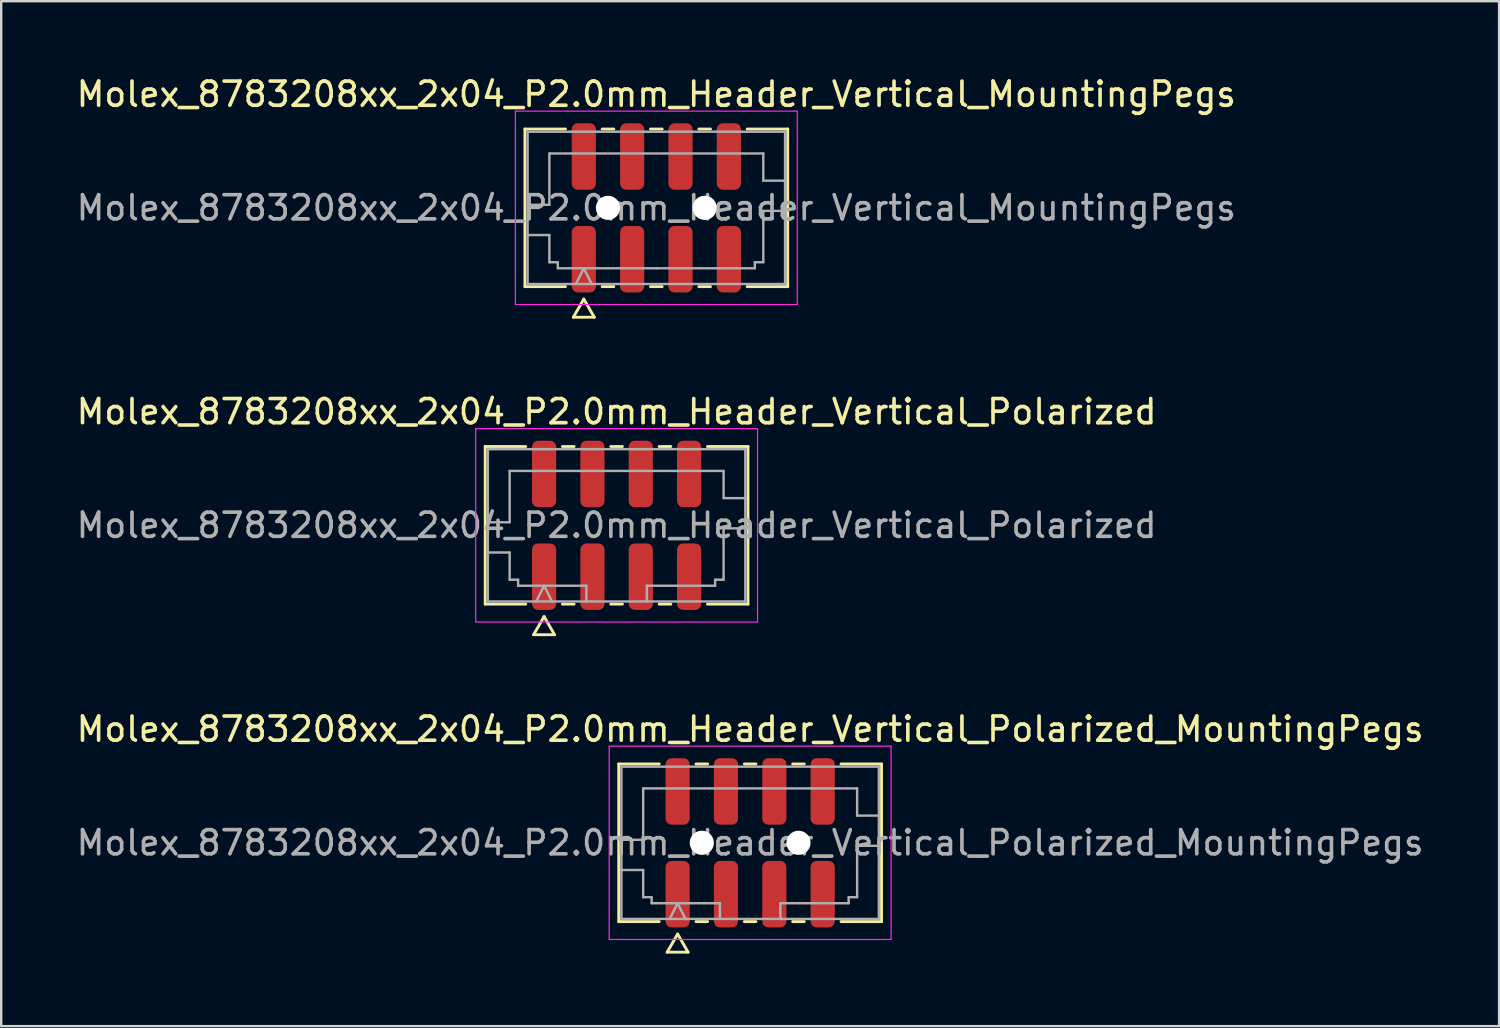
<source format=kicad_pcb>
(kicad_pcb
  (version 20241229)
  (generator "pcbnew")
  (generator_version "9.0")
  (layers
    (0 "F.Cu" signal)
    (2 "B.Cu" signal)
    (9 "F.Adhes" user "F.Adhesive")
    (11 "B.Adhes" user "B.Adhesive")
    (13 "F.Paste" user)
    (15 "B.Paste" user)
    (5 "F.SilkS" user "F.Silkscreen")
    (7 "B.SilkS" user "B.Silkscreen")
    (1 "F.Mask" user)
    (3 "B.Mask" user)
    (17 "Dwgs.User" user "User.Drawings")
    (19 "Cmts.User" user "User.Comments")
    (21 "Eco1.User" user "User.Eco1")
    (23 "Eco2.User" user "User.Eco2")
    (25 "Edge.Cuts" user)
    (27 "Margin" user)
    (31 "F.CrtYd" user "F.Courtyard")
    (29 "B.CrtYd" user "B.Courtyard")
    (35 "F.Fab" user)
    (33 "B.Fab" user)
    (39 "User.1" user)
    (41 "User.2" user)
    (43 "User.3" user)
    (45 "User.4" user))
  (footprint "Molex_8783208xx_2x04_P2.0mm_Header_Vertical_Polarized_MountingPegs"
    (layer "F.Cu")
    (at 27.982 31.815)
    (property "Reference" "Molex_8783208xx_2x04_P2.0mm_Header_Vertical_Polarized_MountingPegs" (at 0 -4.7 0) (layer "F.SilkS") (effects (font (size 1 1) (thickness 0.15))))
    (attr smd)
    (fp_line (start -5.435 -3.26) (end -3.76 -3.26) (stroke (width 0.12) (type solid)) (layer "F.SilkS"))
    (fp_line (start -5.435 3.26) (end -5.435 -3.26) (stroke (width 0.12) (type solid)) (layer "F.SilkS"))
    (fp_line (start -3.76 3.26) (end -5.435 3.26) (stroke (width 0.12) (type solid)) (layer "F.SilkS"))
    (fp_line (start -3.433 4.525) (end -3 3.775) (stroke (width 0.12) (type solid)) (layer "F.SilkS"))
    (fp_line (start -3 3.775) (end -2.567 4.525) (stroke (width 0.12) (type solid)) (layer "F.SilkS"))
    (fp_line (start -2.567 4.525) (end -3.433 4.525) (stroke (width 0.12) (type solid)) (layer "F.SilkS"))
    (fp_line (start -2.24 -3.26) (end -1.76 -3.26) (stroke (width 0.12) (type solid)) (layer "F.SilkS"))
    (fp_line (start -1.76 3.26) (end -2.24 3.26) (stroke (width 0.12) (type solid)) (layer "F.SilkS"))
    (fp_line (start -0.24 -3.26) (end 0.24 -3.26) (stroke (width 0.12) (type solid)) (layer "F.SilkS"))
    (fp_line (start 0.24 3.26) (end -0.24 3.26) (stroke (width 0.12) (type solid)) (layer "F.SilkS"))
    (fp_line (start 1.76 -3.26) (end 2.24 -3.26) (stroke (width 0.12) (type solid)) (layer "F.SilkS"))
    (fp_line (start 2.24 3.26) (end 1.76 3.26) (stroke (width 0.12) (type solid)) (layer "F.SilkS"))
    (fp_line (start 3.76 -3.26) (end 5.435 -3.26) (stroke (width 0.12) (type solid)) (layer "F.SilkS"))
    (fp_line (start 5.435 -3.26) (end 5.435 3.26) (stroke (width 0.12) (type solid)) (layer "F.SilkS"))
    (fp_line (start 5.435 3.26) (end 3.76 3.26) (stroke (width 0.12) (type solid)) (layer "F.SilkS"))
    (fp_line (start -5.83 -4) (end -5.83 4) (stroke (width 0.05) (type solid)) (layer "F.CrtYd"))
    (fp_line (start -5.83 4) (end 5.83 4) (stroke (width 0.05) (type solid)) (layer "F.CrtYd"))
    (fp_line (start 5.83 -4) (end -5.83 -4) (stroke (width 0.05) (type solid)) (layer "F.CrtYd"))
    (fp_line (start 5.83 4) (end 5.83 -4) (stroke (width 0.05) (type solid)) (layer "F.CrtYd"))
    (fp_line (start -5.325 -3.15) (end 5.325 -3.15) (stroke (width 0.1) (type solid)) (layer "F.Fab"))
    (fp_line (start -5.325 -0.125) (end -4.425 -0.125) (stroke (width 0.1) (type solid)) (layer "F.Fab"))
    (fp_line (start -5.325 1.125) (end -4.425 1.125) (stroke (width 0.1) (type solid)) (layer "F.Fab"))
    (fp_line (start -5.325 3.15) (end -5.325 -3.15) (stroke (width 0.1) (type solid)) (layer "F.Fab"))
    (fp_line (start -4.425 -2.25) (end 4.425 -2.25) (stroke (width 0.1) (type solid)) (layer "F.Fab"))
    (fp_line (start -4.425 -0.125) (end -4.425 -2.25) (stroke (width 0.1) (type solid)) (layer "F.Fab"))
    (fp_line (start -4.425 1.125) (end -4.425 2.25) (stroke (width 0.1) (type solid)) (layer "F.Fab"))
    (fp_line (start -4.425 2.25) (end -4.075 2.25) (stroke (width 0.1) (type solid)) (layer "F.Fab"))
    (fp_line (start -4.075 2.25) (end -4.075 2.5) (stroke (width 0.1) (type solid)) (layer "F.Fab"))
    (fp_line (start -4.075 2.5) (end -1.25 2.5) (stroke (width 0.1) (type solid)) (layer "F.Fab"))
    (fp_line (start -3.325 3.15) (end -3 2.5) (stroke (width 0.1) (type solid)) (layer "F.Fab"))
    (fp_line (start -3 2.5) (end -2.675 3.15) (stroke (width 0.1) (type solid)) (layer "F.Fab"))
    (fp_line (start -1.25 2.5) (end -1.25 3.15) (stroke (width 0.1) (type solid)) (layer "F.Fab"))
    (fp_line (start 1.25 2.5) (end 1.25 3.15) (stroke (width 0.1) (type solid)) (layer "F.Fab"))
    (fp_line (start 1.25 2.5) (end 4.075 2.5) (stroke (width 0.1) (type solid)) (layer "F.Fab"))
    (fp_line (start 4.075 2.25) (end 4.425 2.25) (stroke (width 0.1) (type solid)) (layer "F.Fab"))
    (fp_line (start 4.075 2.5) (end 4.075 2.25) (stroke (width 0.1) (type solid)) (layer "F.Fab"))
    (fp_line (start 4.425 -2.25) (end 4.425 -1.125) (stroke (width 0.1) (type solid)) (layer "F.Fab"))
    (fp_line (start 4.425 -1.125) (end 5.325 -1.125) (stroke (width 0.1) (type solid)) (layer "F.Fab"))
    (fp_line (start 4.425 0.125) (end 5.325 0.125) (stroke (width 0.1) (type solid)) (layer "F.Fab"))
    (fp_line (start 4.425 2.25) (end 4.425 0.125) (stroke (width 0.1) (type solid)) (layer "F.Fab"))
    (fp_line (start 5.325 -3.15) (end 5.325 3.15) (stroke (width 0.1) (type solid)) (layer "F.Fab"))
    (fp_line (start 5.325 3.15) (end -5.325 3.15) (stroke (width 0.1) (type solid)) (layer "F.Fab"))
    (fp_text user "${REFERENCE}" (at 0 0 0) (layer "F.Fab") (effects (font (size 1 1) (thickness 0.15))))
    (pad "" np_thru_hole circle (at -2 0) (size 1 1) (drill 1) (layers "*.Cu" "*.Mask"))
    (pad "" np_thru_hole circle (at 2 0) (size 1 1) (drill 1) (layers "*.Cu" "*.Mask"))
    (pad "1" smd roundrect (at -3 2.125) (size 1 2.75) (layers "F.Cu" "F.Mask" "F.Paste") (roundrect_rratio 0.25))
    (pad "2" smd roundrect (at -3 -2.125) (size 1 2.75) (layers "F.Cu" "F.Mask" "F.Paste") (roundrect_rratio 0.25))
    (pad "3" smd roundrect (at -1 2.125) (size 1 2.75) (layers "F.Cu" "F.Mask" "F.Paste") (roundrect_rratio 0.25))
    (pad "4" smd roundrect (at -1 -2.125) (size 1 2.75) (layers "F.Cu" "F.Mask" "F.Paste") (roundrect_rratio 0.25))
    (pad "5" smd roundrect (at 1 2.125) (size 1 2.75) (layers "F.Cu" "F.Mask" "F.Paste") (roundrect_rratio 0.25))
    (pad "6" smd roundrect (at 1 -2.125) (size 1 2.75) (layers "F.Cu" "F.Mask" "F.Paste") (roundrect_rratio 0.25))
    (pad "7" smd roundrect (at 3 2.125) (size 1 2.75) (layers "F.Cu" "F.Mask" "F.Paste") (roundrect_rratio 0.25))
    (pad "8" smd roundrect (at 3 -2.125) (size 1 2.75) (layers "F.Cu" "F.Mask" "F.Paste") (roundrect_rratio 0.25)))
  (footprint "Molex_8783208xx_2x04_P2.0mm_Header_Vertical_Polarized"
    (layer "F.Cu")
    (at 22.458 18.681)
    (property "Reference" "Molex_8783208xx_2x04_P2.0mm_Header_Vertical_Polarized" (at 0 -4.7 0) (layer "F.SilkS") (effects (font (size 1 1) (thickness 0.15))))
    (attr smd)
    (fp_line (start -5.435 -3.26) (end -3.76 -3.26) (stroke (width 0.12) (type solid)) (layer "F.SilkS"))
    (fp_line (start -5.435 3.26) (end -5.435 -3.26) (stroke (width 0.12) (type solid)) (layer "F.SilkS"))
    (fp_line (start -3.76 3.26) (end -5.435 3.26) (stroke (width 0.12) (type solid)) (layer "F.SilkS"))
    (fp_line (start -3.433 4.525) (end -3 3.775) (stroke (width 0.12) (type solid)) (layer "F.SilkS"))
    (fp_line (start -3 3.775) (end -2.567 4.525) (stroke (width 0.12) (type solid)) (layer "F.SilkS"))
    (fp_line (start -2.567 4.525) (end -3.433 4.525) (stroke (width 0.12) (type solid)) (layer "F.SilkS"))
    (fp_line (start -2.24 -3.26) (end -1.76 -3.26) (stroke (width 0.12) (type solid)) (layer "F.SilkS"))
    (fp_line (start -1.76 3.26) (end -2.24 3.26) (stroke (width 0.12) (type solid)) (layer "F.SilkS"))
    (fp_line (start -0.24 -3.26) (end 0.24 -3.26) (stroke (width 0.12) (type solid)) (layer "F.SilkS"))
    (fp_line (start 0.24 3.26) (end -0.24 3.26) (stroke (width 0.12) (type solid)) (layer "F.SilkS"))
    (fp_line (start 1.76 -3.26) (end 2.24 -3.26) (stroke (width 0.12) (type solid)) (layer "F.SilkS"))
    (fp_line (start 2.24 3.26) (end 1.76 3.26) (stroke (width 0.12) (type solid)) (layer "F.SilkS"))
    (fp_line (start 3.76 -3.26) (end 5.435 -3.26) (stroke (width 0.12) (type solid)) (layer "F.SilkS"))
    (fp_line (start 5.435 -3.26) (end 5.435 3.26) (stroke (width 0.12) (type solid)) (layer "F.SilkS"))
    (fp_line (start 5.435 3.26) (end 3.76 3.26) (stroke (width 0.12) (type solid)) (layer "F.SilkS"))
    (fp_line (start -5.83 -4) (end -5.83 4) (stroke (width 0.05) (type solid)) (layer "F.CrtYd"))
    (fp_line (start -5.83 4) (end 5.83 4) (stroke (width 0.05) (type solid)) (layer "F.CrtYd"))
    (fp_line (start 5.83 -4) (end -5.83 -4) (stroke (width 0.05) (type solid)) (layer "F.CrtYd"))
    (fp_line (start 5.83 4) (end 5.83 -4) (stroke (width 0.05) (type solid)) (layer "F.CrtYd"))
    (fp_line (start -5.325 -3.15) (end 5.325 -3.15) (stroke (width 0.1) (type solid)) (layer "F.Fab"))
    (fp_line (start -5.325 -0.125) (end -4.425 -0.125) (stroke (width 0.1) (type solid)) (layer "F.Fab"))
    (fp_line (start -5.325 1.125) (end -4.425 1.125) (stroke (width 0.1) (type solid)) (layer "F.Fab"))
    (fp_line (start -5.325 3.15) (end -5.325 -3.15) (stroke (width 0.1) (type solid)) (layer "F.Fab"))
    (fp_line (start -4.425 -2.25) (end 4.425 -2.25) (stroke (width 0.1) (type solid)) (layer "F.Fab"))
    (fp_line (start -4.425 -0.125) (end -4.425 -2.25) (stroke (width 0.1) (type solid)) (layer "F.Fab"))
    (fp_line (start -4.425 1.125) (end -4.425 2.25) (stroke (width 0.1) (type solid)) (layer "F.Fab"))
    (fp_line (start -4.425 2.25) (end -4.075 2.25) (stroke (width 0.1) (type solid)) (layer "F.Fab"))
    (fp_line (start -4.075 2.25) (end -4.075 2.5) (stroke (width 0.1) (type solid)) (layer "F.Fab"))
    (fp_line (start -4.075 2.5) (end -1.25 2.5) (stroke (width 0.1) (type solid)) (layer "F.Fab"))
    (fp_line (start -3.325 3.15) (end -3 2.5) (stroke (width 0.1) (type solid)) (layer "F.Fab"))
    (fp_line (start -3 2.5) (end -2.675 3.15) (stroke (width 0.1) (type solid)) (layer "F.Fab"))
    (fp_line (start -1.25 2.5) (end -1.25 3.15) (stroke (width 0.1) (type solid)) (layer "F.Fab"))
    (fp_line (start 1.25 2.5) (end 1.25 3.15) (stroke (width 0.1) (type solid)) (layer "F.Fab"))
    (fp_line (start 1.25 2.5) (end 4.075 2.5) (stroke (width 0.1) (type solid)) (layer "F.Fab"))
    (fp_line (start 4.075 2.25) (end 4.425 2.25) (stroke (width 0.1) (type solid)) (layer "F.Fab"))
    (fp_line (start 4.075 2.5) (end 4.075 2.25) (stroke (width 0.1) (type solid)) (layer "F.Fab"))
    (fp_line (start 4.425 -2.25) (end 4.425 -1.125) (stroke (width 0.1) (type solid)) (layer "F.Fab"))
    (fp_line (start 4.425 -1.125) (end 5.325 -1.125) (stroke (width 0.1) (type solid)) (layer "F.Fab"))
    (fp_line (start 4.425 0.125) (end 5.325 0.125) (stroke (width 0.1) (type solid)) (layer "F.Fab"))
    (fp_line (start 4.425 2.25) (end 4.425 0.125) (stroke (width 0.1) (type solid)) (layer "F.Fab"))
    (fp_line (start 5.325 -3.15) (end 5.325 3.15) (stroke (width 0.1) (type solid)) (layer "F.Fab"))
    (fp_line (start 5.325 3.15) (end -5.325 3.15) (stroke (width 0.1) (type solid)) (layer "F.Fab"))
    (fp_text user "${REFERENCE}" (at 0 0 0) (layer "F.Fab") (effects (font (size 1 1) (thickness 0.15))))
    (pad "1" smd roundrect (at -3 2.125) (size 1 2.75) (layers "F.Cu" "F.Mask" "F.Paste") (roundrect_rratio 0.25))
    (pad "2" smd roundrect (at -3 -2.125) (size 1 2.75) (layers "F.Cu" "F.Mask" "F.Paste") (roundrect_rratio 0.25))
    (pad "3" smd roundrect (at -1 2.125) (size 1 2.75) (layers "F.Cu" "F.Mask" "F.Paste") (roundrect_rratio 0.25))
    (pad "4" smd roundrect (at -1 -2.125) (size 1 2.75) (layers "F.Cu" "F.Mask" "F.Paste") (roundrect_rratio 0.25))
    (pad "5" smd roundrect (at 1 2.125) (size 1 2.75) (layers "F.Cu" "F.Mask" "F.Paste") (roundrect_rratio 0.25))
    (pad "6" smd roundrect (at 1 -2.125) (size 1 2.75) (layers "F.Cu" "F.Mask" "F.Paste") (roundrect_rratio 0.25))
    (pad "7" smd roundrect (at 3 2.125) (size 1 2.75) (layers "F.Cu" "F.Mask" "F.Paste") (roundrect_rratio 0.25))
    (pad "8" smd roundrect (at 3 -2.125) (size 1 2.75) (layers "F.Cu" "F.Mask" "F.Paste") (roundrect_rratio 0.25)))
  (footprint "Molex_8783208xx_2x04_P2.0mm_Header_Vertical_MountingPegs"
    (layer "F.Cu")
    (at 24.101 5.548)
    (property "Reference" "Molex_8783208xx_2x04_P2.0mm_Header_Vertical_MountingPegs" (at 0 -4.7 0) (layer "F.SilkS") (effects (font (size 1 1) (thickness 0.15))))
    (attr smd)
    (fp_line (start -5.435 -3.26) (end -3.76 -3.26) (stroke (width 0.12) (type solid)) (layer "F.SilkS"))
    (fp_line (start -5.435 3.26) (end -5.435 -3.26) (stroke (width 0.12) (type solid)) (layer "F.SilkS"))
    (fp_line (start -3.76 3.26) (end -5.435 3.26) (stroke (width 0.12) (type solid)) (layer "F.SilkS"))
    (fp_line (start -3.433 4.525) (end -3 3.775) (stroke (width 0.12) (type solid)) (layer "F.SilkS"))
    (fp_line (start -3 3.775) (end -2.567 4.525) (stroke (width 0.12) (type solid)) (layer "F.SilkS"))
    (fp_line (start -2.567 4.525) (end -3.433 4.525) (stroke (width 0.12) (type solid)) (layer "F.SilkS"))
    (fp_line (start -2.24 -3.26) (end -1.76 -3.26) (stroke (width 0.12) (type solid)) (layer "F.SilkS"))
    (fp_line (start -1.76 3.26) (end -2.24 3.26) (stroke (width 0.12) (type solid)) (layer "F.SilkS"))
    (fp_line (start -0.24 -3.26) (end 0.24 -3.26) (stroke (width 0.12) (type solid)) (layer "F.SilkS"))
    (fp_line (start 0.24 3.26) (end -0.24 3.26) (stroke (width 0.12) (type solid)) (layer "F.SilkS"))
    (fp_line (start 1.76 -3.26) (end 2.24 -3.26) (stroke (width 0.12) (type solid)) (layer "F.SilkS"))
    (fp_line (start 2.24 3.26) (end 1.76 3.26) (stroke (width 0.12) (type solid)) (layer "F.SilkS"))
    (fp_line (start 3.76 -3.26) (end 5.435 -3.26) (stroke (width 0.12) (type solid)) (layer "F.SilkS"))
    (fp_line (start 5.435 -3.26) (end 5.435 3.26) (stroke (width 0.12) (type solid)) (layer "F.SilkS"))
    (fp_line (start 5.435 3.26) (end 3.76 3.26) (stroke (width 0.12) (type solid)) (layer "F.SilkS"))
    (fp_line (start -5.83 -4) (end -5.83 4) (stroke (width 0.05) (type solid)) (layer "F.CrtYd"))
    (fp_line (start -5.83 4) (end 5.83 4) (stroke (width 0.05) (type solid)) (layer "F.CrtYd"))
    (fp_line (start 5.83 -4) (end -5.83 -4) (stroke (width 0.05) (type solid)) (layer "F.CrtYd"))
    (fp_line (start 5.83 4) (end 5.83 -4) (stroke (width 0.05) (type solid)) (layer "F.CrtYd"))
    (fp_line (start -5.325 -3.15) (end 5.325 -3.15) (stroke (width 0.1) (type solid)) (layer "F.Fab"))
    (fp_line (start -5.325 -0.125) (end -4.425 -0.125) (stroke (width 0.1) (type solid)) (layer "F.Fab"))
    (fp_line (start -5.325 1.125) (end -4.425 1.125) (stroke (width 0.1) (type solid)) (layer "F.Fab"))
    (fp_line (start -5.325 3.15) (end -5.325 -3.15) (stroke (width 0.1) (type solid)) (layer "F.Fab"))
    (fp_line (start -4.425 -2.25) (end 4.425 -2.25) (stroke (width 0.1) (type solid)) (layer "F.Fab"))
    (fp_line (start -4.425 -0.125) (end -4.425 -2.25) (stroke (width 0.1) (type solid)) (layer "F.Fab"))
    (fp_line (start -4.425 1.125) (end -4.425 2.25) (stroke (width 0.1) (type solid)) (layer "F.Fab"))
    (fp_line (start -4.425 2.25) (end -4.075 2.25) (stroke (width 0.1) (type solid)) (layer "F.Fab"))
    (fp_line (start -4.075 2.25) (end -4.075 2.5) (stroke (width 0.1) (type solid)) (layer "F.Fab"))
    (fp_line (start -4.075 2.5) (end 0 2.5) (stroke (width 0.1) (type solid)) (layer "F.Fab"))
    (fp_line (start -3.325 3.15) (end -3 2.5) (stroke (width 0.1) (type solid)) (layer "F.Fab"))
    (fp_line (start -3 2.5) (end -2.675 3.15) (stroke (width 0.1) (type solid)) (layer "F.Fab"))
    (fp_line (start 0 2.5) (end 4.075 2.5) (stroke (width 0.1) (type solid)) (layer "F.Fab"))
    (fp_line (start 4.075 2.25) (end 4.425 2.25) (stroke (width 0.1) (type solid)) (layer "F.Fab"))
    (fp_line (start 4.075 2.5) (end 4.075 2.25) (stroke (width 0.1) (type solid)) (layer "F.Fab"))
    (fp_line (start 4.425 -2.25) (end 4.425 -1.125) (stroke (width 0.1) (type solid)) (layer "F.Fab"))
    (fp_line (start 4.425 -1.125) (end 5.325 -1.125) (stroke (width 0.1) (type solid)) (layer "F.Fab"))
    (fp_line (start 4.425 0.125) (end 5.325 0.125) (stroke (width 0.1) (type solid)) (layer "F.Fab"))
    (fp_line (start 4.425 2.25) (end 4.425 0.125) (stroke (width 0.1) (type solid)) (layer "F.Fab"))
    (fp_line (start 5.325 -3.15) (end 5.325 3.15) (stroke (width 0.1) (type solid)) (layer "F.Fab"))
    (fp_line (start 5.325 3.15) (end -5.325 3.15) (stroke (width 0.1) (type solid)) (layer "F.Fab"))
    (fp_text user "${REFERENCE}" (at 0 0 0) (layer "F.Fab") (effects (font (size 1 1) (thickness 0.15))))
    (pad "" np_thru_hole circle (at -2 0) (size 1 1) (drill 1) (layers "*.Cu" "*.Mask"))
    (pad "" np_thru_hole circle (at 2 0) (size 1 1) (drill 1) (layers "*.Cu" "*.Mask"))
    (pad "1" smd roundrect (at -3 2.125) (size 1 2.75) (layers "F.Cu" "F.Mask" "F.Paste") (roundrect_rratio 0.25))
    (pad "2" smd roundrect (at -3 -2.125) (size 1 2.75) (layers "F.Cu" "F.Mask" "F.Paste") (roundrect_rratio 0.25))
    (pad "3" smd roundrect (at -1 2.125) (size 1 2.75) (layers "F.Cu" "F.Mask" "F.Paste") (roundrect_rratio 0.25))
    (pad "4" smd roundrect (at -1 -2.125) (size 1 2.75) (layers "F.Cu" "F.Mask" "F.Paste") (roundrect_rratio 0.25))
    (pad "5" smd roundrect (at 1 2.125) (size 1 2.75) (layers "F.Cu" "F.Mask" "F.Paste") (roundrect_rratio 0.25))
    (pad "6" smd roundrect (at 1 -2.125) (size 1 2.75) (layers "F.Cu" "F.Mask" "F.Paste") (roundrect_rratio 0.25))
    (pad "7" smd roundrect (at 3 2.125) (size 1 2.75) (layers "F.Cu" "F.Mask" "F.Paste") (roundrect_rratio 0.25))
    (pad "8" smd roundrect (at 3 -2.125) (size 1 2.75) (layers "F.Cu" "F.Mask" "F.Paste") (roundrect_rratio 0.25)))
  (gr_rect
    (start -3 -3)
    (end 58.964 39.4)
    (stroke (width 0.1) (type default))
    (fill no)
    (layer "Edge.Cuts")))
</source>
